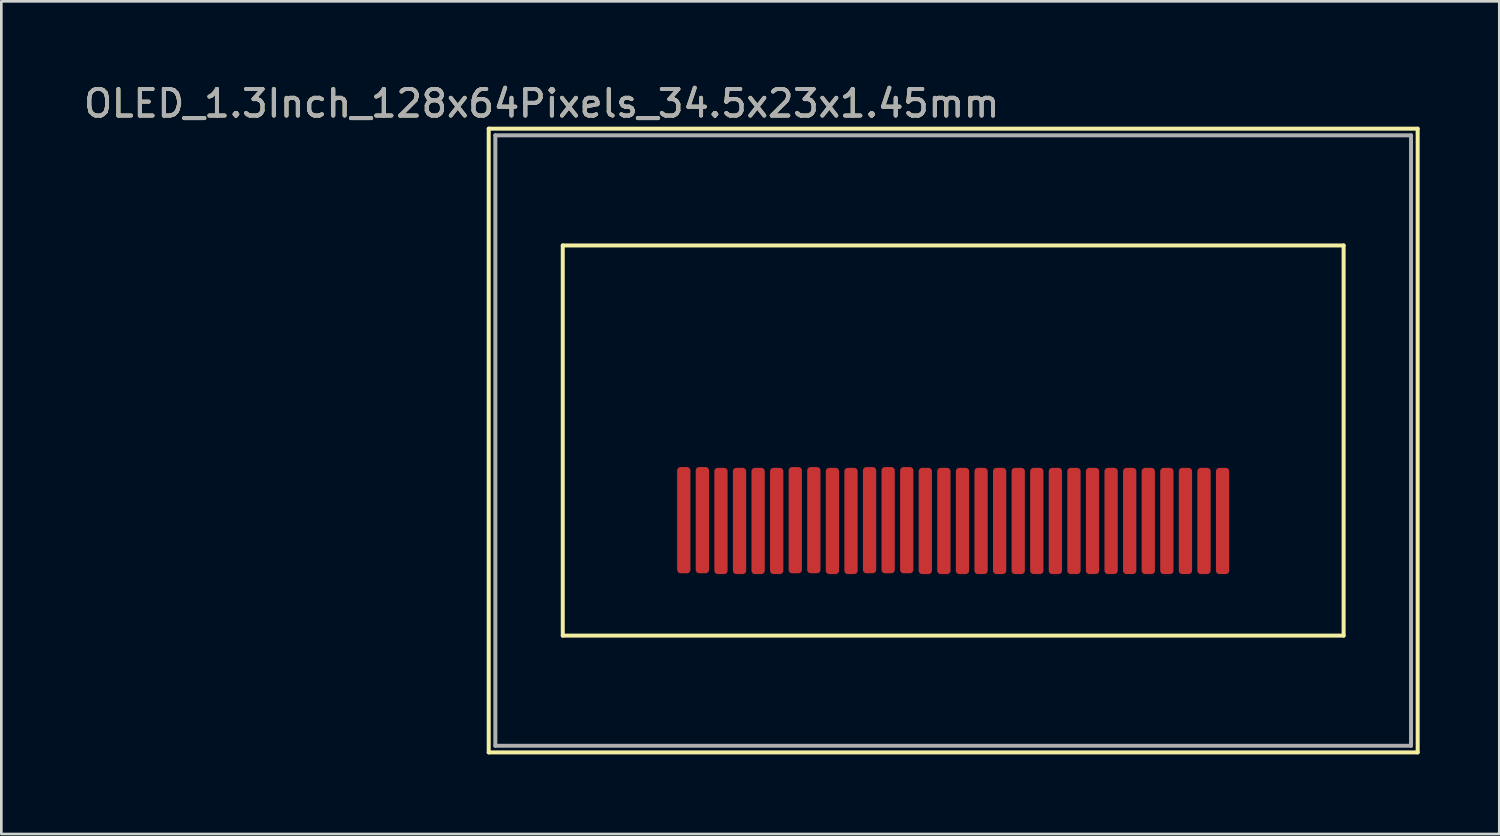
<source format=kicad_pcb>
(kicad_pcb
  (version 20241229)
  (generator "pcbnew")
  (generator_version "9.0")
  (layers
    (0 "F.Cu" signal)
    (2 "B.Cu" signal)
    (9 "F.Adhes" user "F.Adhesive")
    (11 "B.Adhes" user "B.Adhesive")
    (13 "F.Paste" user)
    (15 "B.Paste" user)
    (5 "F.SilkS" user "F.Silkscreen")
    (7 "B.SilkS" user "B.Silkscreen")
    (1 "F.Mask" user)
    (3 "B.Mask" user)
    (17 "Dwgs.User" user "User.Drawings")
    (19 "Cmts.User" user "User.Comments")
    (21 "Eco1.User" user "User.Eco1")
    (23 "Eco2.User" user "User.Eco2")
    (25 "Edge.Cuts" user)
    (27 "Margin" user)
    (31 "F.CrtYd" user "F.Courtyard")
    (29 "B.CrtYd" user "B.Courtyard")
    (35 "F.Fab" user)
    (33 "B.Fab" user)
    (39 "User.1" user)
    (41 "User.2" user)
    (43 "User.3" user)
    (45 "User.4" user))
  (footprint "OLED_1.3Inch_128x64Pixels_34.5x23x1.45mm"
    (layer "F.Cu")
    (at 32.863 13.548)
    (property "Reference" "OLED_1.3Inch_128x64Pixels_34.5x23x1.45mm" (at -15.5 -12.7 0) (layer "F.SilkS") (effects (font (size 1 1) (thickness 0.15))))
    (attr through_hole)
    (fp_line (start -17.5 -11.75) (end -17.5 11.75) (stroke (width 0.15) (type solid)) (layer "F.SilkS"))
    (fp_line (start -17.5 -11.75) (end 17.5 -11.75) (stroke (width 0.15) (type solid)) (layer "F.SilkS"))
    (fp_line (start -17.5 11.75) (end 17.5 11.75) (stroke (width 0.15) (type solid)) (layer "F.SilkS"))
    (fp_line (start -14.71 -7.35) (end -14.71 7.35) (stroke (width 0.15) (type solid)) (layer "F.SilkS"))
    (fp_line (start -14.71 -7.35) (end 14.71 -7.35) (stroke (width 0.15) (type solid)) (layer "F.SilkS"))
    (fp_line (start -14.71 7.35) (end 14.71 7.35) (stroke (width 0.15) (type solid)) (layer "F.SilkS"))
    (fp_line (start 14.71 -7.35) (end 14.71 7.35) (stroke (width 0.15) (type solid)) (layer "F.SilkS"))
    (fp_line (start 17.5 -11.75) (end 17.5 11.75) (stroke (width 0.15) (type solid)) (layer "F.SilkS"))
    (fp_line (start -17.25 -11.5) (end -17.25 11.5) (stroke (width 0.15) (type solid)) (layer "F.Fab"))
    (fp_line (start -17.25 -11.5) (end 17.25 -11.5) (stroke (width 0.15) (type solid)) (layer "F.Fab"))
    (fp_line (start -17.25 11.5) (end 17.25 11.5) (stroke (width 0.15) (type solid)) (layer "F.Fab"))
    (fp_line (start 17.25 -11.5) (end 17.25 11.5) (stroke (width 0.15) (type solid)) (layer "F.Fab"))
    (fp_text user "${REFERENCE}" (at -15.5 -12.7 0) (layer "F.Fab") (effects (font (size 1 1) (thickness 0.15))))
    (pad "1" smd roundrect (at -10.15 3) (size 0.5 4) (layers "F.Cu" "F.Mask" "F.Paste") (roundrect_rratio 0.25))
    (pad "2" smd roundrect (at -9.45 3) (size 0.5 4) (layers "F.Cu" "F.Mask" "F.Paste") (roundrect_rratio 0.25))
    (pad "3" smd roundrect (at -8.75 3.03) (size 0.5 4) (layers "F.Cu" "F.Mask" "F.Paste") (roundrect_rratio 0.25))
    (pad "4" smd roundrect (at -8.05 3.03) (size 0.5 4) (layers "F.Cu" "F.Mask" "F.Paste") (roundrect_rratio 0.25))
    (pad "5" smd roundrect (at -7.35 3.03) (size 0.5 4) (layers "F.Cu" "F.Mask" "F.Paste") (roundrect_rratio 0.25))
    (pad "6" smd roundrect (at -6.65 3.03) (size 0.5 4) (layers "F.Cu" "F.Mask" "F.Paste") (roundrect_rratio 0.25))
    (pad "7" smd roundrect (at -5.95 3) (size 0.5 4) (layers "F.Cu" "F.Mask" "F.Paste") (roundrect_rratio 0.25))
    (pad "8" smd roundrect (at -5.25 3) (size 0.5 4) (layers "F.Cu" "F.Mask" "F.Paste") (roundrect_rratio 0.25))
    (pad "9" smd roundrect (at -4.55 3.03) (size 0.5 4) (layers "F.Cu" "F.Mask" "F.Paste") (roundrect_rratio 0.25))
    (pad "10" smd roundrect (at -3.85 3.03) (size 0.5 4) (layers "F.Cu" "F.Mask" "F.Paste") (roundrect_rratio 0.25))
    (pad "11" smd roundrect (at -3.15 3) (size 0.5 4) (layers "F.Cu" "F.Mask" "F.Paste") (roundrect_rratio 0.25))
    (pad "12" smd roundrect (at -2.45 3) (size 0.5 4) (layers "F.Cu" "F.Mask" "F.Paste") (roundrect_rratio 0.25))
    (pad "13" smd roundrect (at -1.75 3) (size 0.5 4) (layers "F.Cu" "F.Mask" "F.Paste") (roundrect_rratio 0.25))
    (pad "14" smd roundrect (at -1.05 3.03) (size 0.5 4) (layers "F.Cu" "F.Mask" "F.Paste") (roundrect_rratio 0.25))
    (pad "15" smd roundrect (at -0.35 3.03) (size 0.5 4) (layers "F.Cu" "F.Mask" "F.Paste") (roundrect_rratio 0.25))
    (pad "16" smd roundrect (at 0.35 3.03) (size 0.5 4) (layers "F.Cu" "F.Mask" "F.Paste") (roundrect_rratio 0.25))
    (pad "17" smd roundrect (at 1.05 3.03) (size 0.5 4) (layers "F.Cu" "F.Mask" "F.Paste") (roundrect_rratio 0.25))
    (pad "18" smd roundrect (at 1.75 3.03) (size 0.5 4) (layers "F.Cu" "F.Mask" "F.Paste") (roundrect_rratio 0.25))
    (pad "19" smd roundrect (at 2.45 3.03) (size 0.5 4) (layers "F.Cu" "F.Mask" "F.Paste") (roundrect_rratio 0.25))
    (pad "20" smd roundrect (at 3.15 3.03) (size 0.5 4) (layers "F.Cu" "F.Mask" "F.Paste") (roundrect_rratio 0.25))
    (pad "21" smd roundrect (at 3.85 3.03) (size 0.5 4) (layers "F.Cu" "F.Mask" "F.Paste") (roundrect_rratio 0.25))
    (pad "22" smd roundrect (at 4.55 3.03) (size 0.5 4) (layers "F.Cu" "F.Mask" "F.Paste") (roundrect_rratio 0.25))
    (pad "23" smd roundrect (at 5.25 3.03) (size 0.5 4) (layers "F.Cu" "F.Mask" "F.Paste") (roundrect_rratio 0.25))
    (pad "24" smd roundrect (at 5.95 3.03) (size 0.5 4) (layers "F.Cu" "F.Mask" "F.Paste") (roundrect_rratio 0.25))
    (pad "25" smd roundrect (at 6.65 3.03) (size 0.5 4) (layers "F.Cu" "F.Mask" "F.Paste") (roundrect_rratio 0.25))
    (pad "26" smd roundrect (at 7.35 3.03) (size 0.5 4) (layers "F.Cu" "F.Mask" "F.Paste") (roundrect_rratio 0.25))
    (pad "27" smd roundrect (at 8.05 3.03) (size 0.5 4) (layers "F.Cu" "F.Mask" "F.Paste") (roundrect_rratio 0.25))
    (pad "28" smd roundrect (at 8.75 3.03) (size 0.5 4) (layers "F.Cu" "F.Mask" "F.Paste") (roundrect_rratio 0.25))
    (pad "29" smd roundrect (at 9.45 3.03) (size 0.5 4) (layers "F.Cu" "F.Mask" "F.Paste") (roundrect_rratio 0.25))
    (pad "30" smd roundrect (at 10.15 3.03) (size 0.5 4) (layers "F.Cu" "F.Mask" "F.Paste") (roundrect_rratio 0.25)))
  (gr_rect
    (start -3 -3)
    (end 53.438 28.373)
    (stroke (width 0.1) (type default))
    (fill no)
    (layer "Edge.Cuts")))
</source>
